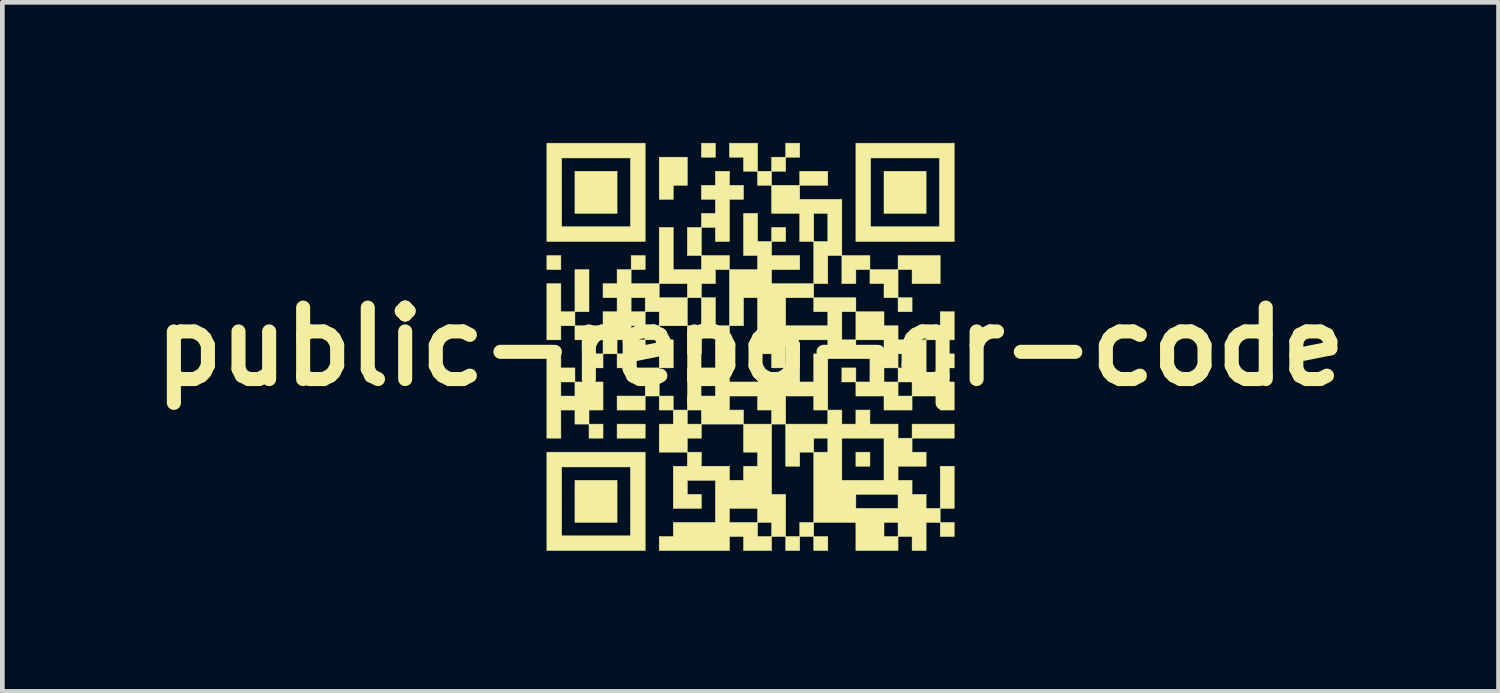
<source format=kicad_pcb>
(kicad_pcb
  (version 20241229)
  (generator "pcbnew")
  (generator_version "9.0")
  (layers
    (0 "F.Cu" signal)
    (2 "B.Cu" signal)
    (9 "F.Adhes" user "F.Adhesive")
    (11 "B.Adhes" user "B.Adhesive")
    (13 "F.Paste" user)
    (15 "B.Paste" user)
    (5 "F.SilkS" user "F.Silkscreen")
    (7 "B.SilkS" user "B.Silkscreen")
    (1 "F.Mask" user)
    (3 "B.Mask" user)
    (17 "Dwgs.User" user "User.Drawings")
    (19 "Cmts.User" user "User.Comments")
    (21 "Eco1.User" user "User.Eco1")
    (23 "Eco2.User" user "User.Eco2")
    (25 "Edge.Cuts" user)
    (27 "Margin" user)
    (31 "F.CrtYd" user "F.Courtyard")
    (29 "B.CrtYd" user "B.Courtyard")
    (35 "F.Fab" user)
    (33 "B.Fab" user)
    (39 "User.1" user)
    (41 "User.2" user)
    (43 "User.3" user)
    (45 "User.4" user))
  (footprint "public-repo-qr-code"
    (layer "F.Cu")
    (at 12.961 4.348)
    (property "Reference" "public-repo-qr-code" (at 0 0 0) (layer "F.SilkS") (effects (font (size 1.524 1.524) (thickness 0.3))))
    (attr through_hole)
    (fp_poly (pts (xy -4.044 -1.646) (xy -4.343 -1.646) (xy -4.343 -1.946) (xy -4.044 -1.946) (xy -4.044 -1.646)) (stroke (width 0.01) (type solid)) (fill yes) (layer "F.SilkS"))
    (fp_poly (pts (xy -3.744 -1.646) (xy -3.444 -1.646) (xy -3.444 -0.747) (xy -3.744 -0.747) (xy -3.744 -1.646)) (stroke (width 0.01) (type solid)) (fill yes) (layer "F.SilkS"))
    (fp_poly (pts (xy -3.145 0.452) (xy -3.444 0.452) (xy -3.444 0.152) (xy -3.145 0.152) (xy -3.145 0.452)) (stroke (width 0.01) (type solid)) (fill yes) (layer "F.SilkS"))
    (fp_poly (pts (xy -3.145 1.651) (xy -3.145 1.951) (xy -3.444 1.951) (xy -3.444 1.651) (xy -3.145 1.651)) (stroke (width 0.01) (type solid)) (fill yes) (layer "F.SilkS"))
    (fp_poly (pts (xy -2.845 -2.845) (xy -3.744 -2.845) (xy -3.744 -3.744) (xy -2.845 -3.744) (xy -2.845 -2.845)) (stroke (width 0.01) (type solid)) (fill yes) (layer "F.SilkS"))
    (fp_poly (pts (xy -2.845 0.452) (xy -2.845 0.152) (xy -2.545 0.152) (xy -2.545 0.452) (xy -2.845 0.452)) (stroke (width 0.01) (type solid)) (fill yes) (layer "F.SilkS"))
    (fp_poly (pts (xy -2.845 3.749) (xy -3.744 3.749) (xy -3.744 2.85) (xy -2.845 2.85) (xy -2.845 3.749)) (stroke (width 0.01) (type solid)) (fill yes) (layer "F.SilkS"))
    (fp_poly (pts (xy -2.545 -1.946) (xy -2.245 -1.946) (xy -2.245 -1.646) (xy -2.545 -1.646) (xy -2.545 -1.946)) (stroke (width 0.01) (type solid)) (fill yes) (layer "F.SilkS"))
    (fp_poly (pts (xy -2.245 -0.447) (xy -1.946 -0.447) (xy -1.946 -0.147) (xy -2.245 -0.147) (xy -2.245 -0.447)) (stroke (width 0.01) (type solid)) (fill yes) (layer "F.SilkS"))
    (fp_poly (pts (xy -2.245 0.152) (xy -2.545 0.152) (xy -2.545 -0.147) (xy -2.245 -0.147) (xy -2.245 0.152)) (stroke (width 0.01) (type solid)) (fill yes) (layer "F.SilkS"))
    (fp_poly (pts (xy -2.245 1.351) (xy -2.845 1.351) (xy -2.845 1.052) (xy -2.245 1.052) (xy -2.245 1.351)) (stroke (width 0.01) (type solid)) (fill yes) (layer "F.SilkS"))
    (fp_poly (pts (xy -2.245 1.951) (xy -2.845 1.951) (xy -2.845 1.651) (xy -2.245 1.651) (xy -2.245 1.951)) (stroke (width 0.01) (type solid)) (fill yes) (layer "F.SilkS"))
    (fp_poly (pts (xy -1.946 1.351) (xy -1.946 1.052) (xy -1.646 1.052) (xy -1.646 1.351) (xy -1.946 1.351)) (stroke (width 0.01) (type solid)) (fill yes) (layer "F.SilkS"))
    (fp_poly (pts (xy -1.646 0.452) (xy -1.946 0.452) (xy -1.946 -0.147) (xy -1.646 -0.147) (xy -1.646 0.452)) (stroke (width 0.01) (type solid)) (fill yes) (layer "F.SilkS"))
    (fp_poly (pts (xy -1.046 -1.946) (xy -1.346 -1.946) (xy -1.346 -2.545) (xy -1.046 -2.545) (xy -1.046 -1.946)) (stroke (width 0.01) (type solid)) (fill yes) (layer "F.SilkS"))
    (fp_poly (pts (xy -1.046 -1.046) (xy -0.747 -1.046) (xy -0.747 -0.447) (xy -1.046 -0.447) (xy -1.046 -1.046)) (stroke (width 0.01) (type solid)) (fill yes) (layer "F.SilkS"))
    (fp_poly (pts (xy -1.046 0.152) (xy -1.346 0.152) (xy -1.346 -0.447) (xy -1.046 -0.447) (xy -1.046 0.152)) (stroke (width 0.01) (type solid)) (fill yes) (layer "F.SilkS"))
    (fp_poly (pts (xy -0.747 -4.044) (xy -1.046 -4.044) (xy -1.046 -4.343) (xy -0.747 -4.343) (xy -0.747 -4.044)) (stroke (width 0.01) (type solid)) (fill yes) (layer "F.SilkS"))
    (fp_poly (pts (xy 0.452 -3.444) (xy 0.152 -3.444) (xy 0.152 -3.744) (xy 0.452 -3.744) (xy 0.452 -3.444)) (stroke (width 0.01) (type solid)) (fill yes) (layer "F.SilkS"))
    (fp_poly (pts (xy 0.452 -2.545) (xy 0.752 -2.545) (xy 0.752 -2.245) (xy 0.452 -2.245) (xy 0.452 -2.545)) (stroke (width 0.01) (type solid)) (fill yes) (layer "F.SilkS"))
    (fp_poly (pts (xy 0.752 -4.343) (xy 1.052 -4.343) (xy 1.052 -4.044) (xy 0.752 -4.044) (xy 0.752 -4.343)) (stroke (width 0.01) (type solid)) (fill yes) (layer "F.SilkS"))
    (fp_poly (pts (xy 0.752 -3.744) (xy 0.452 -3.744) (xy 0.452 -4.044) (xy 0.752 -4.044) (xy 0.752 -3.744)) (stroke (width 0.01) (type solid)) (fill yes) (layer "F.SilkS"))
    (fp_poly (pts (xy 1.052 -3.744) (xy 1.651 -3.744) (xy 1.651 -3.444) (xy 1.052 -3.444) (xy 1.052 -3.744)) (stroke (width 0.01) (type solid)) (fill yes) (layer "F.SilkS"))
    (fp_poly (pts (xy 1.651 4.348) (xy 1.351 4.348) (xy 1.351 4.049) (xy 1.651 4.049) (xy 1.651 4.348)) (stroke (width 0.01) (type solid)) (fill yes) (layer "F.SilkS"))
    (fp_poly (pts (xy 1.951 0.752) (xy 1.951 0.452) (xy 2.25 0.452) (xy 2.25 0.752) (xy 1.951 0.752)) (stroke (width 0.01) (type solid)) (fill yes) (layer "F.SilkS"))
    (fp_poly (pts (xy 2.55 2.55) (xy 2.25 2.55) (xy 2.25 2.25) (xy 2.55 2.25) (xy 2.55 2.55)) (stroke (width 0.01) (type solid)) (fill yes) (layer "F.SilkS"))
    (fp_poly (pts (xy 3.449 -1.046) (xy 3.449 -0.747) (xy 3.15 -0.747) (xy 3.15 -1.046) (xy 3.449 -1.046)) (stroke (width 0.01) (type solid)) (fill yes) (layer "F.SilkS"))
    (fp_poly (pts (xy 3.449 1.651) (xy 4.348 1.651) (xy 4.348 1.951) (xy 3.449 1.951) (xy 3.449 1.651)) (stroke (width 0.01) (type solid)) (fill yes) (layer "F.SilkS"))
    (fp_poly (pts (xy 3.749 -2.845) (xy 2.85 -2.845) (xy 2.85 -3.744) (xy 3.749 -3.744) (xy 3.749 -2.845)) (stroke (width 0.01) (type solid)) (fill yes) (layer "F.SilkS"))
    (fp_poly (pts (xy 4.049 2.55) (xy 4.348 2.55) (xy 4.348 3.449) (xy 4.049 3.449) (xy 4.049 2.55)) (stroke (width 0.01) (type solid)) (fill yes) (layer "F.SilkS"))
    (fp_poly (pts (xy 4.348 0.452) (xy 4.049 0.452) (xy 4.049 0.152) (xy 4.348 0.152) (xy 4.348 0.452)) (stroke (width 0.01) (type solid)) (fill yes) (layer "F.SilkS"))
    (fp_poly (pts (xy 4.348 4.049) (xy 4.049 4.049) (xy 4.049 3.749) (xy 4.348 3.749) (xy 4.348 4.049)) (stroke (width 0.01) (type solid)) (fill yes) (layer "F.SilkS"))
    (fp_poly (pts (xy -2.245 0.752) (xy -2.545 0.752) (xy -2.545 0.452) (xy -1.946 0.452) (xy -1.946 1.052) (xy -2.245 1.052) (xy -2.245 0.752)) (stroke (width 0.01) (type solid)) (fill yes) (layer "F.SilkS"))
    (fp_poly (pts (xy -1.346 -3.444) (xy -1.646 -3.444) (xy -1.646 -3.145) (xy -1.946 -3.145) (xy -1.946 -4.044) (xy -1.346 -4.044) (xy -1.346 -3.444)) (stroke (width 0.01) (type solid)) (fill yes) (layer "F.SilkS"))
    (fp_poly (pts (xy -0.147 -3.744) (xy -0.147 -4.044) (xy -0.447 -4.044) (xy -0.447 -4.343) (xy 0.152 -4.343) (xy 0.152 -3.744) (xy -0.147 -3.744)) (stroke (width 0.01) (type solid)) (fill yes) (layer "F.SilkS"))
    (fp_poly (pts (xy 2.25 -1.646) (xy 2.25 -1.346) (xy 1.951 -1.346) (xy 1.951 -1.946) (xy 2.55 -1.946) (xy 2.55 -1.646) (xy 2.25 -1.646)) (stroke (width 0.01) (type solid)) (fill yes) (layer "F.SilkS"))
    (fp_poly (pts (xy 3.15 -1.946) (xy 4.049 -1.946) (xy 4.049 -1.346) (xy 3.449 -1.346) (xy 3.449 -1.646) (xy 3.15 -1.646) (xy 3.15 -1.946)) (stroke (width 0.01) (type solid)) (fill yes) (layer "F.SilkS"))
    (fp_poly (pts (xy 3.15 -1.046) (xy 2.85 -1.046) (xy 2.85 -1.346) (xy 2.55 -1.346) (xy 2.55 -1.646) (xy 3.15 -1.646) (xy 3.15 -1.046)) (stroke (width 0.01) (type solid)) (fill yes) (layer "F.SilkS"))
    (fp_poly (pts (xy 3.749 -0.447) (xy 4.049 -0.447) (xy 4.049 -0.747) (xy 4.348 -0.747) (xy 4.348 -0.147) (xy 3.749 -0.147) (xy 3.749 -0.447)) (stroke (width 0.01) (type solid)) (fill yes) (layer "F.SilkS"))
    (fp_poly (pts (xy -3.744 -0.447) (xy -4.044 -0.447) (xy -4.044 -0.147) (xy -4.343 -0.147) (xy -4.343 -1.346) (xy -4.044 -1.346) (xy -4.044 -0.747) (xy -3.744 -0.747) (xy -3.744 -0.447)) (stroke (width 0.01) (type solid)) (fill yes) (layer "F.SilkS"))
    (fp_poly (pts (xy -2.245 -2.245) (xy -4.343 -2.245) (xy -4.343 -4.028) (xy -4.028 -4.028) (xy -4.028 -2.56) (xy -2.56 -2.56) (xy -2.56 -4.028) (xy -4.028 -4.028) (xy -4.343 -4.028) (xy -4.343 -4.343) (xy -2.245 -4.343) (xy -2.245 -2.245)) (stroke (width 0.01) (type solid)) (fill yes) (layer "F.SilkS"))
    (fp_poly (pts (xy -2.245 4.348) (xy -4.343 4.348) (xy -4.343 2.565) (xy -4.028 2.565) (xy -4.028 4.034) (xy -2.56 4.034) (xy -2.56 2.565) (xy -4.028 2.565) (xy -4.343 2.565) (xy -4.343 2.25) (xy -2.245 2.25) (xy -2.245 4.348)) (stroke (width 0.01) (type solid)) (fill yes) (layer "F.SilkS"))
    (fp_poly (pts (xy 4.348 -2.245) (xy 2.25 -2.245) (xy 2.25 -4.028) (xy 2.565 -4.028) (xy 2.565 -2.56) (xy 4.034 -2.56) (xy 4.034 -4.028) (xy 2.565 -4.028) (xy 2.25 -4.028) (xy 2.25 -4.343) (xy 4.348 -4.343) (xy 4.348 -2.245)) (stroke (width 0.01) (type solid)) (fill yes) (layer "F.SilkS"))
    (fp_poly (pts (xy -1.946 -2.545) (xy -1.646 -2.545) (xy -1.646 -1.646) (xy -1.046 -1.646) (xy -1.046 -1.946) (xy -0.447 -1.946) (xy -0.447 -1.646) (xy -0.747 -1.646) (xy -0.747 -1.346) (xy -1.046 -1.346) (xy -1.046 -1.046) (xy -1.346 -1.046) (xy -1.346 -1.346) (xy -1.946 -1.346) (xy -1.946 -2.545)) (stroke (width 0.01) (type solid)) (fill yes) (layer "F.SilkS"))
    (fp_poly (pts (xy -1.046 -2.845) (xy -0.747 -2.845) (xy -0.747 -3.145) (xy -1.046 -3.145) (xy -1.046 -3.444) (xy -0.747 -3.444) (xy -0.747 -3.744) (xy -0.447 -3.744) (xy -0.447 -3.444) (xy -0.147 -3.444) (xy -0.147 -3.145) (xy -0.447 -3.145) (xy -0.447 -2.245) (xy -0.747 -2.245) (xy -0.747 -2.545) (xy -1.046 -2.545) (xy -1.046 -2.845)) (stroke (width 0.01) (type solid)) (fill yes) (layer "F.SilkS"))
    (fp_poly (pts (xy 1.052 -3.145) (xy 1.951 -3.145) (xy 1.951 -1.946) (xy 1.651 -1.946) (xy 1.651 -1.346) (xy 1.351 -1.346) (xy 1.351 -2.245) (xy 1.052 -2.245) (xy 1.052 -2.845) (xy 1.351 -2.845) (xy 1.351 -2.245) (xy 1.651 -2.245) (xy 1.651 -2.845) (xy 1.351 -2.845) (xy 1.052 -2.845) (xy 0.452 -2.845) (xy 0.452 -3.444) (xy 1.052 -3.444) (xy 1.052 -3.145)) (stroke (width 0.01) (type solid)) (fill yes) (layer "F.SilkS"))
    (fp_poly (pts (xy -3.145 0.752) (xy -3.145 1.351) (xy -3.444 1.351) (xy -3.444 1.651) (xy -3.744 1.651) (xy -3.744 1.351) (xy -4.044 1.351) (xy -4.044 1.951) (xy -4.343 1.951) (xy -4.343 0.752) (xy -4.044 0.752) (xy -4.044 1.052) (xy -3.744 1.052) (xy -3.744 0.752) (xy -4.044 0.752) (xy -4.343 0.752) (xy -4.343 0.152) (xy -4.044 0.152) (xy -4.044 0.452) (xy -3.744 0.452) (xy -3.744 0.752) (xy -3.145 0.752)) (stroke (width 0.01) (type solid)) (fill yes) (layer "F.SilkS"))
    (fp_poly (pts (xy -2.245 -0.447) (xy -2.545 -0.447) (xy -2.545 -0.147) (xy -2.845 -0.147) (xy -2.845 0.152) (xy -3.145 0.152) (xy -3.145 -0.147) (xy -3.744 -0.147) (xy -3.744 -0.447) (xy -3.145 -0.447) (xy -3.145 -0.747) (xy -2.845 -0.747) (xy -2.845 -1.046) (xy -2.545 -1.046) (xy -2.545 -0.747) (xy -2.245 -0.747) (xy -2.245 -1.046) (xy -2.545 -1.046) (xy -2.845 -1.046) (xy -3.145 -1.046) (xy -3.145 -1.346) (xy -2.845 -1.346) (xy -2.845 -1.646) (xy -2.545 -1.646) (xy -2.545 -1.346) (xy -1.946 -1.346) (xy -1.946 -1.046) (xy -1.346 -1.046) (xy -1.346 -0.447) (xy -1.946 -0.447) (xy -1.946 -0.747) (xy -2.245 -0.747) (xy -2.245 -0.447)) (stroke (width 0.01) (type solid)) (fill yes) (layer "F.SilkS"))
    (fp_poly (pts (xy 3.749 0.752) (xy 4.348 0.752) (xy 4.348 1.351) (xy 4.049 1.351) (xy 4.049 1.052) (xy 3.449 1.052) (xy 3.449 1.351) (xy 2.85 1.351) (xy 2.85 1.052) (xy 3.15 1.052) (xy 3.449 1.052) (xy 3.449 0.752) (xy 3.15 0.752) (xy 3.15 1.052) (xy 2.85 1.052) (xy 2.25 1.052) (xy 2.25 0.752) (xy 2.55 0.752) (xy 2.55 0.452) (xy 2.85 0.452) (xy 2.85 0.752) (xy 3.15 0.752) (xy 3.15 0.452) (xy 2.85 0.452) (xy 2.55 0.452) (xy 2.55 0.152) (xy 2.85 0.152) (xy 3.15 0.152) (xy 3.15 0.452) (xy 3.449 0.452) (xy 3.449 0.152) (xy 3.15 0.152) (xy 2.85 0.152) (xy 2.85 -0.147) (xy 2.25 -0.147) (xy 2.25 -0.747) (xy 2.85 -0.747) (xy 2.85 -0.447) (xy 3.15 -0.447) (xy 3.15 -0.147) (xy 3.749 -0.147) (xy 3.749 0.752)) (stroke (width 0.01) (type solid)) (fill yes) (layer "F.SilkS"))
    (fp_poly (pts (xy 2.25 -1.046) (xy 2.25 -0.747) (xy 1.951 -0.747) (xy 1.951 -0.147) (xy 2.25 -0.147) (xy 2.25 0.152) (xy 1.651 0.152) (xy 1.651 1.351) (xy 1.951 1.351) (xy 1.951 1.651) (xy 2.25 1.651) (xy 2.25 1.351) (xy 2.55 1.351) (xy 2.55 1.651) (xy 3.15 1.651) (xy 3.15 1.951) (xy 3.449 1.951) (xy 3.449 2.25) (xy 3.749 2.25) (xy 3.749 2.55) (xy 3.15 2.55) (xy 3.15 2.85) (xy 3.449 2.85) (xy 3.449 3.15) (xy 3.749 3.15) (xy 3.749 3.449) (xy 4.049 3.449) (xy 4.049 3.749) (xy 3.749 3.749) (xy 3.749 4.348) (xy 3.449 4.348) (xy 3.449 4.049) (xy 3.15 4.049) (xy 3.15 4.348) (xy 2.25 4.348) (xy 2.25 3.749) (xy 2.85 3.749) (xy 2.85 4.049) (xy 3.15 4.049) (xy 3.15 3.749) (xy 2.85 3.749) (xy 2.25 3.749) (xy 1.351 3.749) (xy 1.351 4.049) (xy 1.052 4.049) (xy 1.052 4.348) (xy 0.752 4.348) (xy 0.752 4.049) (xy 0.452 4.049) (xy 0.452 4.348) (xy -0.147 4.348) (xy -0.147 4.049) (xy 0.152 4.049) (xy 0.452 4.049) (xy 0.452 3.749) (xy 0.152 3.749) (xy 0.152 4.049) (xy -0.147 4.049) (xy -0.447 4.049) (xy -0.447 4.348) (xy -1.946 4.348) (xy -1.946 4.049) (xy -1.646 4.049) (xy -1.646 3.749) (xy -0.747 3.749) (xy -0.747 3.449) (xy -0.447 3.449) (xy -0.447 3.749) (xy 0.152 3.749) (xy 0.152 3.449) (xy -0.447 3.449) (xy -0.747 3.449) (xy -0.747 2.85) (xy -1.346 2.85) (xy -1.346 3.15) (xy -1.046 3.15) (xy -1.046 3.449) (xy -1.646 3.449) (xy -1.646 2.55) (xy -1.346 2.55) (xy -1.346 2.25) (xy -1.946 2.25) (xy -1.946 1.951) (xy -1.346 1.951) (xy -1.346 2.25) (xy -1.046 2.25) (xy -1.046 2.55) (xy -0.447 2.55) (xy -0.447 2.85) (xy -0.147 2.85) (xy -0.147 2.55) (xy 0.152 2.55) (xy 0.152 2.25) (xy -0.147 2.25) (xy -0.147 1.651) (xy -1.046 1.651) (xy -1.046 1.951) (xy -1.346 1.951) (xy -1.946 1.951) (xy -1.946 1.651) (xy -1.646 1.651) (xy -1.646 1.351) (xy -1.346 1.351) (xy -1.346 1.651) (xy -1.046 1.651) (xy -1.046 1.351) (xy -1.346 1.351) (xy -1.346 1.052) (xy -0.747 1.052) (xy -0.447 1.052) (xy -0.447 1.351) (xy -0.147 1.351) (xy -0.147 1.651) (xy 0.452 1.651) (xy 0.452 3.15) (xy 0.752 3.15) (xy 0.752 4.049) (xy 1.052 4.049) (xy 1.052 3.749) (xy 1.351 3.749) (xy 1.351 3.15) (xy 2.25 3.15) (xy 2.25 3.449) (xy 3.15 3.449) (xy 3.15 3.15) (xy 2.25 3.15) (xy 1.351 3.15) (xy 1.351 2.25) (xy 1.052 2.25) (xy 1.052 2.55) (xy 0.752 2.55) (xy 0.752 1.951) (xy 1.351 1.951) (xy 1.351 2.25) (xy 1.651 2.25) (xy 1.651 1.951) (xy 1.951 1.951) (xy 1.951 2.85) (xy 2.85 2.85) (xy 2.85 1.951) (xy 1.951 1.951) (xy 1.651 1.951) (xy 1.351 1.951) (xy 0.752 1.951) (xy 0.752 1.651) (xy 0.452 1.651) (xy 0.452 1.351) (xy 0.152 1.351) (xy 0.152 1.052) (xy 0.752 1.052) (xy 0.752 1.651) (xy 1.651 1.651) (xy 1.651 1.351) (xy 1.351 1.351) (xy 1.351 1.052) (xy 0.752 1.052) (xy 0.152 1.052) (xy -0.447 1.052) (xy -0.747 1.052) (xy -0.747 0.752) (xy -1.346 0.752) (xy -1.346 0.452) (xy -0.747 0.452) (xy -0.747 -0.447) (xy -0.447 -0.447) (xy -0.447 0.752) (xy 0.752 0.752) (xy 0.752 0.452) (xy 0.452 0.452) (xy 0.452 0.152) (xy 0.152 0.152) (xy 0.152 -0.147) (xy 0.752 -0.147) (xy 0.752 0.452) (xy 1.052 0.452) (xy 1.052 0.752) (xy 1.351 0.752) (xy 1.351 0.152) (xy 1.651 0.152) (xy 1.651 -0.147) (xy 0.752 -0.147) (xy 0.152 -0.147) (xy 0.152 -1.046) (xy 0.752 -1.046) (xy 0.752 -0.447) (xy 1.651 -0.447) (xy 1.651 -0.747) (xy 1.351 -0.747) (xy 1.351 -1.046) (xy 0.752 -1.046) (xy 0.152 -1.046) (xy -0.147 -1.046) (xy -0.147 -0.447) (xy -0.447 -0.447) (xy -0.447 -1.646) (xy 0.152 -1.646) (xy 0.152 -1.946) (xy -0.147 -1.946) (xy -0.147 -2.845) (xy 0.152 -2.845) (xy 0.152 -2.245) (xy 0.452 -2.245) (xy 0.452 -1.946) (xy 1.052 -1.946) (xy 1.052 -1.646) (xy 0.452 -1.646) (xy 0.452 -1.346) (xy 1.351 -1.346) (xy 1.351 -1.046) (xy 2.25 -1.046)) (stroke (width 0.01) (type solid)) (fill yes) (layer "F.SilkS")))
  (gr_rect
    (start -3 -3)
    (end 28.923 11.702)
    (stroke (width 0.1) (type default))
    (fill no)
    (layer "Edge.Cuts")))
</source>
